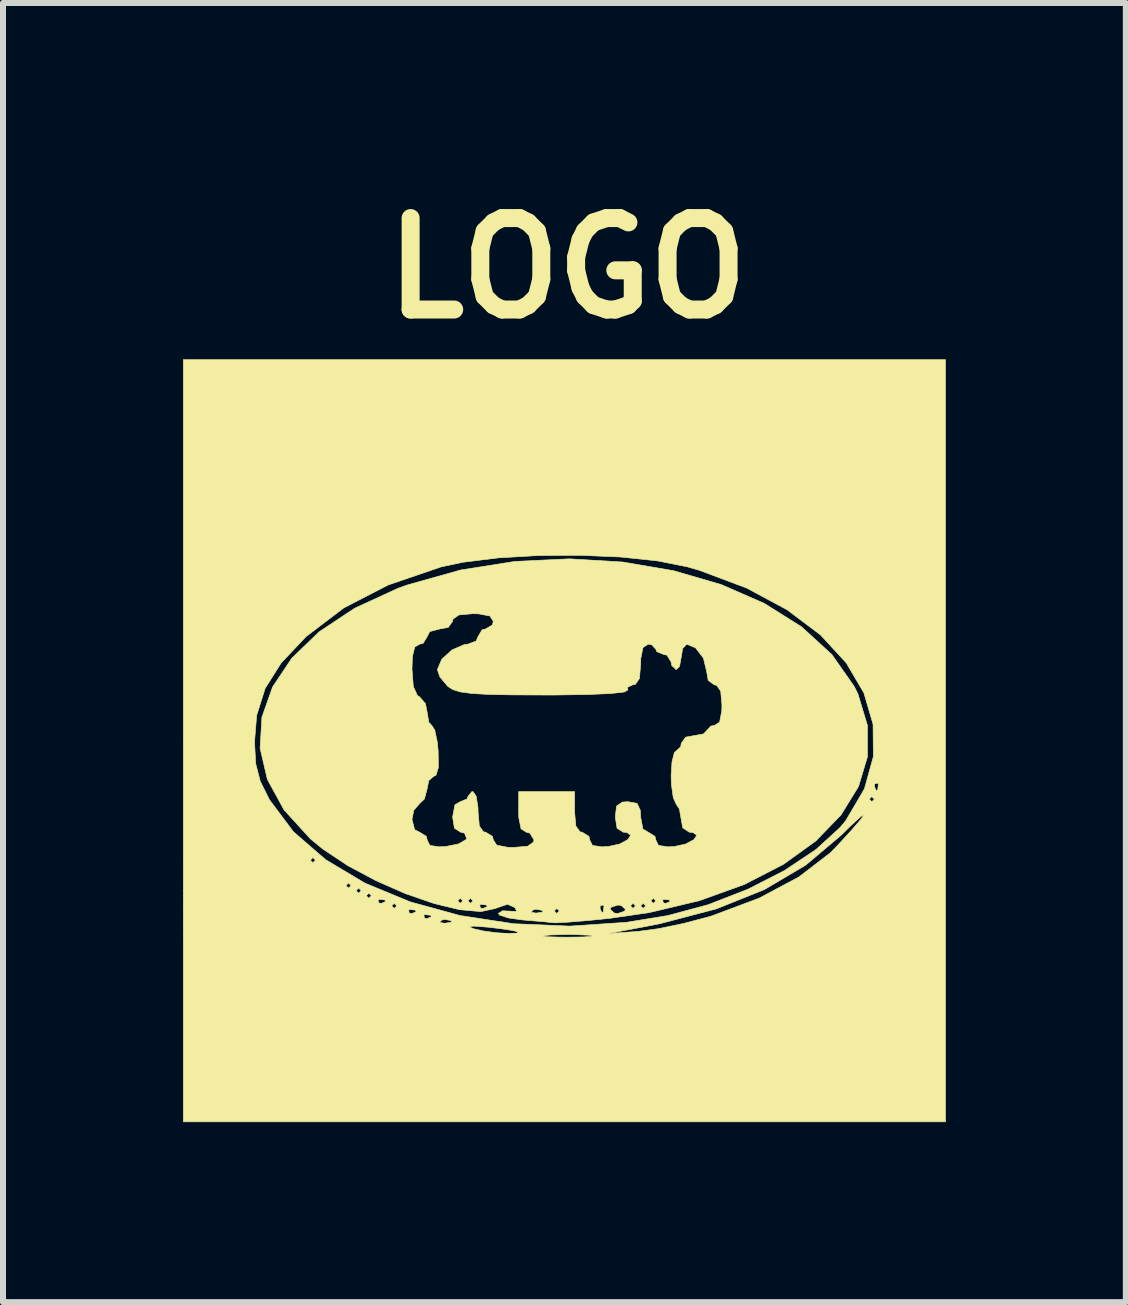
<source format=kicad_pcb>
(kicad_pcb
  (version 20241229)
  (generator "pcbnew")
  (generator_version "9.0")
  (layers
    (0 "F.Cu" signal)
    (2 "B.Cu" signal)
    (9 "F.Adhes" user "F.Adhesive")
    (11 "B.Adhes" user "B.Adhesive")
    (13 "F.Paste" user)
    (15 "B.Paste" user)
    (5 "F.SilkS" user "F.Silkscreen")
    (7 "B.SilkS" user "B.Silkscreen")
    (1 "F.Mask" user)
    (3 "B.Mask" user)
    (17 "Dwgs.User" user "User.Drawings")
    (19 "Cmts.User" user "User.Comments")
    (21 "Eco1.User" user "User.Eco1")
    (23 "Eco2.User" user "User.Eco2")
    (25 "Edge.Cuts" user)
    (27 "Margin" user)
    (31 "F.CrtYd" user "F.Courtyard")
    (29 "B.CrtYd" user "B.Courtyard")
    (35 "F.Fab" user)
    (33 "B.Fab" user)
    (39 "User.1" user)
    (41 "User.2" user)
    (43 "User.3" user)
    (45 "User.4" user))
  (footprint "LOGO"
    (layer "F.Cu")
    (at 6.355 9.293)
    (property "Reference" "LOGO" (at 0.05 -7.875 0) (layer "F.SilkS") (effects (font (size 1.524 1.524) (thickness 0.3))))
    (attr through_hole)
    (fp_poly (pts (xy 6.35 6.35) (xy -6.35 6.35) (xy -6.35 3.254) (xy -0.363 3.254) (xy -0.299 3.266) (xy -0.097 3.272) (xy 0.042 3.273) (xy 0.31 3.27) (xy 0.454 3.261) (xy 0.456 3.247) (xy 0.404 3.24) (xy 0.104 3.227) (xy -0.225 3.236) (xy -0.273 3.24) (xy -0.363 3.254) (xy -6.35 3.254) (xy -6.35 3.214) (xy 0.72 3.214) (xy 1.236 3.176) (xy 1.571 3.131) (xy 1.984 3.045) (xy 2.397 2.936) (xy 2.464 2.916) (xy 3.247 2.622) (xy 3.908 2.269) (xy 4.429 1.869) (xy 4.534 1.763) (xy 4.788 1.486) (xy 4.942 1.307) (xy 4.993 1.23) (xy 4.939 1.263) (xy 4.777 1.411) (xy 4.614 1.572) (xy 4.022 2.072) (xy 3.333 2.48) (xy 2.528 2.803) (xy 1.59 3.049) (xy 1.355 3.095) (xy 0.72 3.214) (xy -6.35 3.214) (xy -6.35 3.099) (xy -1.586 3.099) (xy -1.524 3.13) (xy -1.356 3.169) (xy -1.143 3.198) (xy -0.939 3.213) (xy -0.797 3.209) (xy -0.769 3.186) (xy -0.866 3.161) (xy -1.079 3.13) (xy -1.27 3.107) (xy -1.508 3.089) (xy -1.586 3.099) (xy -6.35 3.099) (xy -6.35 3.028) (xy -2.08 3.028) (xy -1.997 3.041) (xy -1.887 3.026) (xy -1.886 2.997) (xy -1.999 2.977) (xy -2.048 2.99) (xy -2.08 3.028) (xy -6.35 3.028) (xy -6.35 2.907) (xy -2.342 2.907) (xy -2.331 2.957) (xy -2.286 2.963) (xy -2.216 2.932) (xy -2.23 2.907) (xy -2.33 2.897) (xy -2.342 2.907) (xy -6.35 2.907) (xy -6.35 2.822) (xy -2.596 2.822) (xy -2.585 2.873) (xy -2.54 2.879) (xy -2.47 2.848) (xy -2.484 2.822) (xy -2.584 2.812) (xy -2.596 2.822) (xy -6.35 2.822) (xy -6.35 2.752) (xy -2.879 2.752) (xy -2.836 2.794) (xy -2.794 2.752) (xy -2.836 2.709) (xy -2.879 2.752) (xy -6.35 2.752) (xy -6.35 2.653) (xy -3.104 2.653) (xy -3.093 2.703) (xy -3.048 2.709) (xy -2.978 2.678) (xy -2.992 2.653) (xy -3.092 2.643) (xy -3.104 2.653) (xy -6.35 2.653) (xy -6.35 2.582) (xy -3.302 2.582) (xy -3.26 2.625) (xy -3.217 2.582) (xy -3.26 2.54) (xy -3.302 2.582) (xy -6.35 2.582) (xy -6.35 2.498) (xy -3.471 2.498) (xy -3.429 2.54) (xy -3.387 2.498) (xy -3.429 2.455) (xy -3.471 2.498) (xy -6.35 2.498) (xy -6.35 2.413) (xy -3.641 2.413) (xy -3.598 2.455) (xy -3.556 2.413) (xy -3.598 2.371) (xy -3.641 2.413) (xy -6.35 2.413) (xy -6.35 1.99) (xy -4.233 1.99) (xy -4.191 2.032) (xy -4.149 1.99) (xy -4.191 1.947) (xy -4.233 1.99) (xy -6.35 1.99) (xy -6.35 0.02) (xy -5.164 0.02) (xy -5.144 0.383) (xy -5.069 0.673) (xy -4.915 0.983) (xy -4.914 0.985) (xy -4.515 1.517) (xy -3.978 1.982) (xy -3.323 2.373) (xy -2.569 2.685) (xy -1.738 2.913) (xy -0.847 3.049) (xy 0.082 3.089) (xy 1.03 3.026) (xy 1.723 2.913) (xy 2.398 2.731) (xy 3.058 2.474) (xy 3.668 2.162) (xy 4.191 1.813) (xy 4.592 1.447) (xy 4.688 1.331) (xy 4.898 0.974) (xy 5.08 0.974) (xy 5.122 1.016) (xy 5.165 0.974) (xy 5.122 0.931) (xy 5.08 0.974) (xy 4.898 0.974) (xy 4.999 0.801) (xy 5.01 0.762) (xy 5.165 0.762) (xy 5.196 0.832) (xy 5.221 0.818) (xy 5.231 0.718) (xy 5.221 0.706) (xy 5.171 0.717) (xy 5.165 0.762) (xy 5.01 0.762) (xy 5.148 0.263) (xy 5.143 -0.274) (xy 4.99 -0.797) (xy 4.696 -1.297) (xy 4.268 -1.762) (xy 3.712 -2.181) (xy 3.037 -2.544) (xy 2.247 -2.84) (xy 2.043 -2.899) (xy 1.55 -2.997) (xy 0.94 -3.061) (xy 0.262 -3.09) (xy -0.436 -3.086) (xy -1.103 -3.047) (xy -1.692 -2.974) (xy -2.057 -2.896) (xy -2.935 -2.596) (xy -3.677 -2.213) (xy -4.299 -1.74) (xy -4.309 -1.731) (xy -4.719 -1.297) (xy -4.986 -0.874) (xy -5.128 -0.424) (xy -5.164 0.02) (xy -6.35 0.02) (xy -6.35 -6.35) (xy 6.35 -6.35) (xy 6.35 6.35)) (stroke (width 0.01) (type solid)) (fill yes) (layer "F.SilkS"))
    (fp_poly (pts (xy 0.971 -2.978) (xy 1.821 -2.833) (xy 2.614 -2.602) (xy 3.33 -2.289) (xy 3.951 -1.899) (xy 4.457 -1.436) (xy 4.829 -0.905) (xy 4.891 -0.779) (xy 5.05 -0.252) (xy 5.05 0.266) (xy 4.9 0.764) (xy 4.61 1.235) (xy 4.19 1.67) (xy 3.65 2.059) (xy 3 2.394) (xy 2.249 2.665) (xy 1.408 2.865) (xy 0.744 2.961) (xy 0.38 2.997) (xy 0.074 3.022) (xy -0.131 3.034) (xy -0.187 3.033) (xy -0.333 3.017) (xy -0.575 2.996) (xy -0.699 2.986) (xy -0.933 2.953) (xy -1.078 2.906) (xy -1.101 2.879) (xy -1.069 2.858) (xy -0.556 2.858) (xy -0.473 2.872) (xy -0.363 2.856) (xy -0.362 2.836) (xy -0.169 2.836) (xy -0.127 2.879) (xy -0.085 2.836) (xy -0.127 2.794) (xy 0.593 2.794) (xy 0.624 2.864) (xy 0.649 2.85) (xy 0.653 2.808) (xy 0.762 2.808) (xy 0.831 2.871) (xy 0.889 2.879) (xy 1.002 2.84) (xy 1.016 2.808) (xy 0.954 2.752) (xy 1.101 2.752) (xy 1.143 2.794) (xy 1.185 2.752) (xy 1.27 2.752) (xy 1.312 2.794) (xy 1.355 2.752) (xy 1.312 2.709) (xy 1.27 2.752) (xy 1.185 2.752) (xy 1.143 2.709) (xy 1.101 2.752) (xy 0.954 2.752) (xy 0.947 2.745) (xy 0.889 2.738) (xy 0.776 2.776) (xy 0.762 2.808) (xy 0.653 2.808) (xy 0.659 2.75) (xy 0.649 2.738) (xy 0.599 2.749) (xy 0.593 2.794) (xy -0.127 2.794) (xy -0.169 2.836) (xy -0.362 2.836) (xy -0.362 2.828) (xy -0.475 2.807) (xy -0.524 2.821) (xy -0.556 2.858) (xy -1.069 2.858) (xy -1.031 2.834) (xy -0.916 2.839) (xy -0.795 2.847) (xy -0.819 2.788) (xy -0.83 2.777) (xy -0.949 2.725) (xy -1.129 2.786) (xy -1.144 2.794) (xy -1.392 2.847) (xy -1.748 2.815) (xy -2.067 2.738) (xy -1.411 2.738) (xy -1.399 2.788) (xy -1.355 2.794) (xy -1.285 2.763) (xy -1.298 2.738) (xy -1.399 2.727) (xy -1.411 2.738) (xy -2.067 2.738) (xy -2.179 2.71) (xy -2.304 2.667) (xy -1.778 2.667) (xy -1.736 2.709) (xy -1.693 2.667) (xy -1.609 2.667) (xy -1.566 2.709) (xy -1.524 2.667) (xy 1.439 2.667) (xy 1.482 2.709) (xy 1.524 2.667) (xy 1.51 2.653) (xy 1.637 2.653) (xy 1.649 2.703) (xy 1.693 2.709) (xy 1.763 2.678) (xy 1.75 2.653) (xy 1.649 2.643) (xy 1.637 2.653) (xy 1.51 2.653) (xy 1.482 2.625) (xy 1.439 2.667) (xy -1.524 2.667) (xy -1.566 2.625) (xy -1.609 2.667) (xy -1.693 2.667) (xy -1.736 2.625) (xy -1.778 2.667) (xy -2.304 2.667) (xy -2.654 2.546) (xy -3.14 2.332) (xy -3.607 2.083) (xy -4.021 1.808) (xy -4.234 1.634) (xy -4.673 1.151) (xy -4.95 0.644) (xy -5.071 0.126) (xy -5.041 -0.392) (xy -4.863 -0.896) (xy -4.664 -1.194) (xy -2.54 -1.194) (xy -2.518 -0.903) (xy -2.45 -0.754) (xy -2.413 -0.731) (xy -2.316 -0.619) (xy -2.286 -0.468) (xy -2.26 -0.308) (xy -2.21 -0.254) (xy -2.161 -0.178) (xy -2.119 0.017) (xy -2.104 0.169) (xy -2.1 0.446) (xy -2.141 0.577) (xy -2.18 0.593) (xy -2.261 0.665) (xy -2.286 0.795) (xy -2.333 0.971) (xy -2.413 1.047) (xy -2.51 1.159) (xy -2.54 1.31) (xy -2.496 1.482) (xy -2.413 1.524) (xy -2.302 1.592) (xy -2.286 1.656) (xy -2.243 1.744) (xy -2.088 1.768) (xy -1.975 1.762) (xy -1.763 1.719) (xy -1.638 1.646) (xy -1.629 1.63) (xy -1.665 1.539) (xy -1.729 1.524) (xy -1.833 1.458) (xy -1.863 1.27) (xy -1.825 1.068) (xy -1.736 1.016) (xy -1.623 0.97) (xy -1.609 0.931) (xy -1.544 0.849) (xy -1.524 0.847) (xy -1.471 0.922) (xy -1.441 1.109) (xy -1.439 1.185) (xy -1.418 1.421) (xy -1.349 1.518) (xy -1.312 1.524) (xy -1.2 1.592) (xy -1.185 1.651) (xy -1.129 1.739) (xy -0.944 1.776) (xy -0.847 1.778) (xy -0.611 1.757) (xy -0.514 1.688) (xy -0.508 1.651) (xy -0.576 1.539) (xy -0.635 1.524) (xy -0.723 1.468) (xy -0.76 1.283) (xy -0.762 1.185) (xy -0.762 0.847) (xy 0.169 0.847) (xy 0.169 1.185) (xy 0.19 1.421) (xy 0.26 1.518) (xy 0.296 1.524) (xy 0.407 1.592) (xy 0.423 1.656) (xy 0.467 1.744) (xy 0.621 1.768) (xy 0.734 1.762) (xy 0.923 1.72) (xy 1.056 1.648) (xy 1.105 1.574) (xy 1.039 1.528) (xy 0.981 1.524) (xy 0.877 1.458) (xy 0.847 1.27) (xy 0.869 1.088) (xy 0.966 1.022) (xy 1.058 1.016) (xy 1.21 1.043) (xy 1.265 1.16) (xy 1.27 1.27) (xy 1.308 1.472) (xy 1.397 1.524) (xy 1.508 1.592) (xy 1.524 1.656) (xy 1.567 1.744) (xy 1.722 1.768) (xy 1.835 1.762) (xy 2.023 1.72) (xy 2.157 1.648) (xy 2.206 1.574) (xy 2.14 1.528) (xy 2.081 1.524) (xy 1.972 1.452) (xy 1.947 1.317) (xy 1.916 1.138) (xy 1.863 1.058) (xy 1.814 0.95) (xy 1.783 0.732) (xy 1.778 0.588) (xy 1.793 0.348) (xy 1.833 0.196) (xy 1.863 0.169) (xy 1.938 0.101) (xy 1.947 0.042) (xy 2.021 -0.06) (xy 2.159 -0.085) (xy 2.318 -0.114) (xy 2.371 -0.169) (xy 2.439 -0.244) (xy 2.498 -0.254) (xy 2.586 -0.31) (xy 2.622 -0.495) (xy 2.625 -0.593) (xy 2.604 -0.828) (xy 2.534 -0.925) (xy 2.498 -0.931) (xy 2.396 -1.005) (xy 2.371 -1.149) (xy 2.317 -1.375) (xy 2.185 -1.548) (xy 2.038 -1.609) (xy 1.97 -1.536) (xy 1.947 -1.397) (xy 1.918 -1.238) (xy 1.863 -1.185) (xy 1.788 -1.254) (xy 1.778 -1.312) (xy 1.71 -1.425) (xy 1.651 -1.439) (xy 1.538 -1.485) (xy 1.524 -1.524) (xy 1.455 -1.599) (xy 1.397 -1.609) (xy 1.309 -1.553) (xy 1.272 -1.367) (xy 1.27 -1.27) (xy 1.25 -1.038) (xy 1.183 -0.94) (xy 1.138 -0.931) (xy 1.05 -0.89) (xy 1.058 -0.847) (xy 0.998 -0.812) (xy 0.774 -0.787) (xy 0.39 -0.77) (xy -0.149 -0.762) (xy -0.333 -0.762) (xy -0.873 -0.764) (xy -1.27 -0.772) (xy -1.549 -0.788) (xy -1.738 -0.814) (xy -1.861 -0.853) (xy -1.945 -0.907) (xy -1.946 -0.908) (xy -2.076 -1.065) (xy -2.117 -1.185) (xy -2.045 -1.356) (xy -1.874 -1.513) (xy -1.667 -1.603) (xy -1.608 -1.609) (xy -1.471 -1.662) (xy -1.439 -1.736) (xy -1.372 -1.848) (xy -1.312 -1.863) (xy -1.2 -1.93) (xy -1.185 -1.99) (xy -1.241 -2.078) (xy -1.427 -2.114) (xy -1.524 -2.117) (xy -1.759 -2.096) (xy -1.857 -2.026) (xy -1.863 -1.99) (xy -1.936 -1.888) (xy -2.074 -1.863) (xy -2.245 -1.819) (xy -2.286 -1.736) (xy -2.354 -1.623) (xy -2.413 -1.609) (xy -2.494 -1.562) (xy -2.533 -1.403) (xy -2.54 -1.194) (xy -4.664 -1.194) (xy -4.543 -1.375) (xy -4.086 -1.816) (xy -3.495 -2.208) (xy -2.776 -2.539) (xy -2.617 -2.596) (xy -1.73 -2.845) (xy -0.824 -2.988) (xy 0.083 -3.031) (xy 0.971 -2.978)) (stroke (width 0.01) (type solid)) (fill yes) (layer "F.SilkS")))
  (gr_rect
    (start -3 -3)
    (end 15.71 18.648)
    (stroke (width 0.1) (type default))
    (fill no)
    (layer "Edge.Cuts")))
</source>
